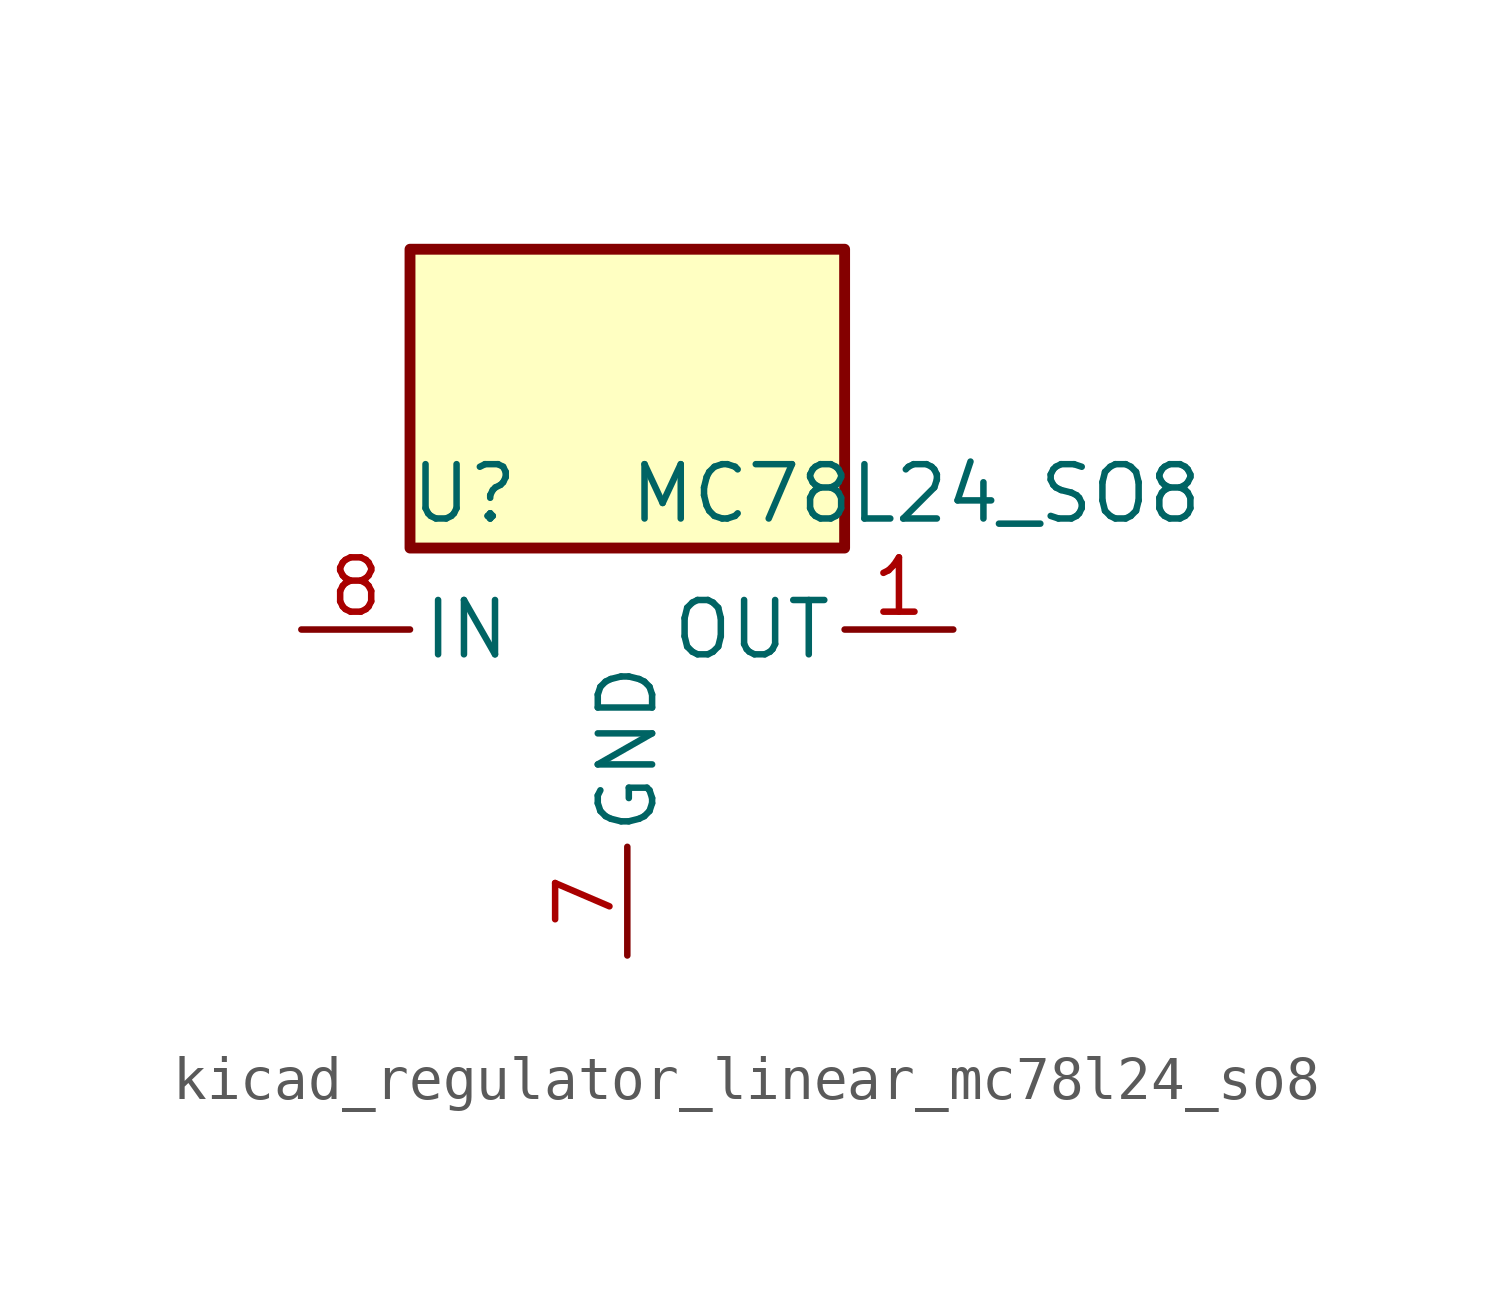
<source format=kicad_sym>
(kicad_symbol_lib
  (version 20220914)
  (generator kicad_symbol_editor)
  (symbol "kicad_regulator_linear_mc78l24_so8"
    (pin_names
      (offset 0.254))
    (property "Reference" "U"
      (at -3.81 3.175 0)
      (effects (font (size 1.27 1.27))))
    (property "Value" "MC78L24_SO8"
      (at 0 3.175 0)
      (effects (font (size 1.27 1.27)) (justify left)))
    (symbol "kicad_regulator_linear_mc78l24_so8_0_1"
      (rectangle (start 5.08 8.89) (end -5.08 1.905) (stroke (width 0.254) (type default)) (fill (type background))))
    (symbol "kicad_regulator_linear_mc78l24_so8_1_1"
      (pin power_out line (at 7.62 0 180) (length 2.54) (name "OUT" (effects (font (size 1.27 1.27)))) (number "1" (effects (font (size 1.27 1.27)))))
      (pin passive line (at 0 -7.62 90) (length 2.54) hide (name "GND" (effects (font (size 1.27 1.27)))) (number "2" (effects (font (size 1.27 1.27)))))
      (pin passive line (at 0 -7.62 90) (length 2.54) hide (name "GND" (effects (font (size 1.27 1.27)))) (number "3" (effects (font (size 1.27 1.27)))))
      (pin no_connect line (at -5.08 -2.54 0) (length 2.54) hide (name "NC" (effects (font (size 1.27 1.27)))) (number "4" (effects (font (size 1.27 1.27)))))
      (pin no_connect line (at 5.08 -2.54 180) (length 2.54) hide (name "NC" (effects (font (size 1.27 1.27)))) (number "5" (effects (font (size 1.27 1.27)))))
      (pin passive line (at 0 -7.62 90) (length 2.54) hide (name "GND" (effects (font (size 1.27 1.27)))) (number "6" (effects (font (size 1.27 1.27)))))
      (pin power_in line (at 0 -7.62 90) (length 2.54) (name "GND" (effects (font (size 1.27 1.27)))) (number "7" (effects (font (size 1.27 1.27)))))
      (pin power_in line (at -7.62 0 0) (length 2.54) (name "IN" (effects (font (size 1.27 1.27)))) (number "8" (effects (font (size 1.27 1.27))))))))
</source>
